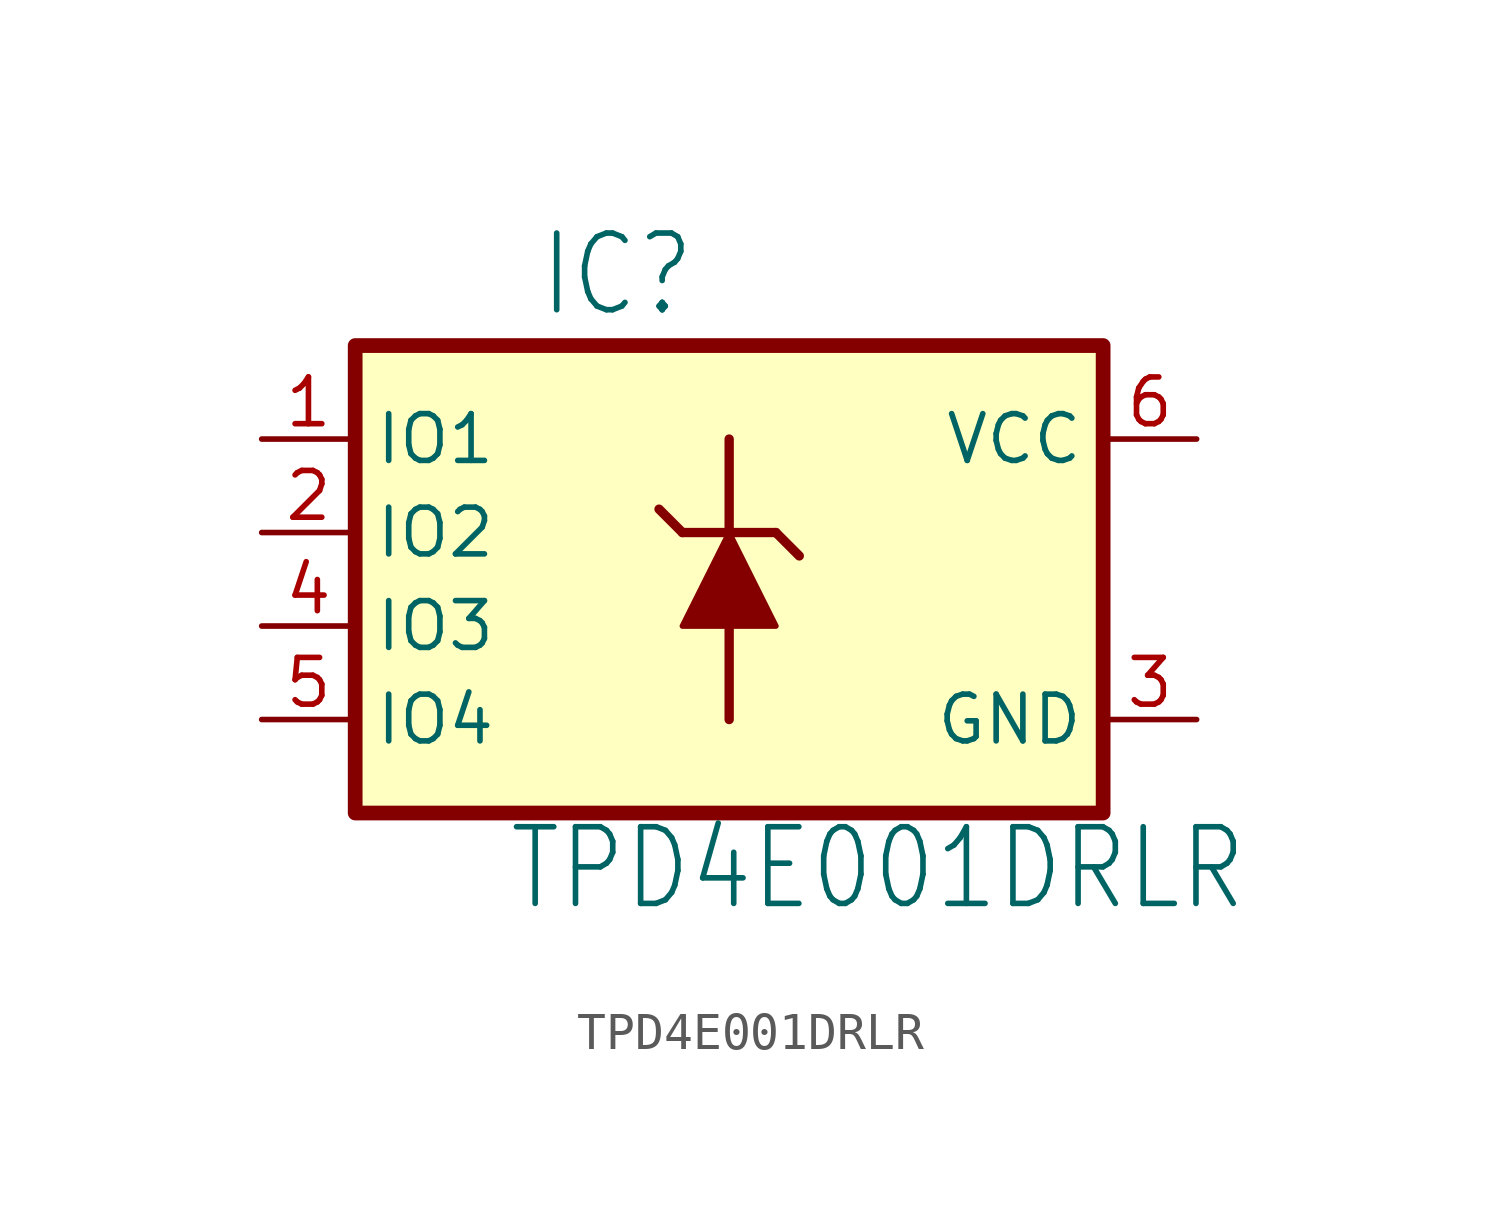
<source format=kicad_sym>
(kicad_symbol_lib
  (version 20220914)
  (generator kicad_symbol_editor)
  (symbol "TPD4E001DRLR"
    (property "Reference" "IC"
      (at -5.207 5.791 0)
      (effects (font (size 2.083 1.77)) (justify left bottom)))
    (property "Value" "TPD4E001DRLR"
      (at -6.045 -10.338 0)
      (effects (font (size 2.083 1.77)) (justify left bottom)))
    (symbol "TPD4E001DRLR_1_0"
      (polyline (pts (xy -1.27 0) (xy -1.905 0.635)) (stroke (width 0.254) (type solid)) (fill (type none)))
      (polyline (pts (xy 0 -2.54) (xy 0 -5.08)) (stroke (width 0.254) (type solid)) (fill (type none)))
      (polyline (pts (xy 0 0) (xy -1.27 0)) (stroke (width 0.254) (type solid)) (fill (type none)))
      (polyline (pts (xy 0 0) (xy 0 2.54)) (stroke (width 0.254) (type solid)) (fill (type none)))
      (polyline (pts (xy 1.27 0) (xy 0 0)) (stroke (width 0.254) (type solid)) (fill (type none)))
      (polyline (pts (xy 1.905 -0.635) (xy 1.27 0)) (stroke (width 0.254) (type solid)) (fill (type none)))
      (pin bidirectional line (at -12.7 2.54 0) (length 2.54) (name "IO1" (effects (font (size 1.27 1.27)))) (number "1" (effects (font (size 1.27 1.27)))))
      (pin bidirectional line (at -12.7 0 0) (length 2.54) (name "IO2" (effects (font (size 1.27 1.27)))) (number "2" (effects (font (size 1.27 1.27)))))
      (pin passive line (at 12.7 -5.08 180) (length 2.54) (name "GND" (effects (font (size 1.27 1.27)))) (number "3" (effects (font (size 1.27 1.27)))))
      (pin bidirectional line (at -12.7 -2.54 0) (length 2.54) (name "IO3" (effects (font (size 1.27 1.27)))) (number "4" (effects (font (size 1.27 1.27)))))
      (pin bidirectional line (at -12.7 -5.08 0) (length 2.54) (name "IO4" (effects (font (size 1.27 1.27)))) (number "5" (effects (font (size 1.27 1.27)))))
      (pin passive line (at 12.7 2.54 180) (length 2.54) (name "VCC" (effects (font (size 1.27 1.27)))) (number "6" (effects (font (size 1.27 1.27))))))
    (symbol "TPD4E001DRLR_1_1"
      (rectangle (start -10.16 5.08) (end 10.16 -7.62) (stroke (width 0.4) (type default)) (fill (type background)))
      (polyline (pts (xy 0 0) (xy -1.27 -2.54) (xy 1.27 -2.54) (xy 0 0)) (stroke (width 0) (type default)) (fill (type outline))))))
</source>
